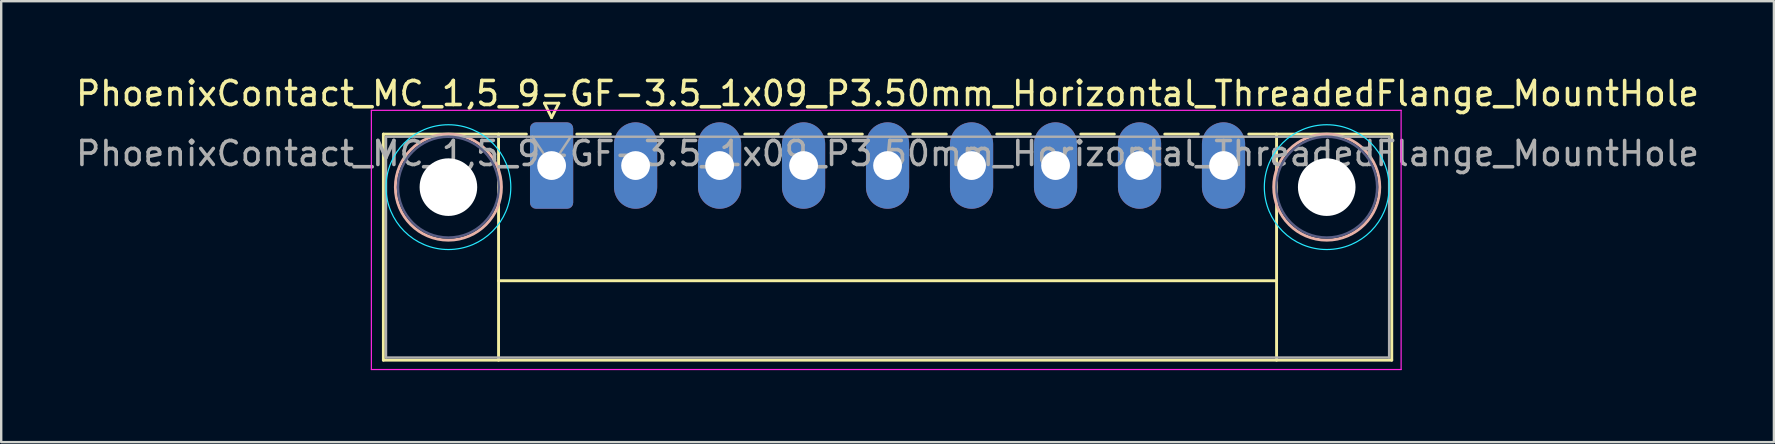
<source format=kicad_pcb>
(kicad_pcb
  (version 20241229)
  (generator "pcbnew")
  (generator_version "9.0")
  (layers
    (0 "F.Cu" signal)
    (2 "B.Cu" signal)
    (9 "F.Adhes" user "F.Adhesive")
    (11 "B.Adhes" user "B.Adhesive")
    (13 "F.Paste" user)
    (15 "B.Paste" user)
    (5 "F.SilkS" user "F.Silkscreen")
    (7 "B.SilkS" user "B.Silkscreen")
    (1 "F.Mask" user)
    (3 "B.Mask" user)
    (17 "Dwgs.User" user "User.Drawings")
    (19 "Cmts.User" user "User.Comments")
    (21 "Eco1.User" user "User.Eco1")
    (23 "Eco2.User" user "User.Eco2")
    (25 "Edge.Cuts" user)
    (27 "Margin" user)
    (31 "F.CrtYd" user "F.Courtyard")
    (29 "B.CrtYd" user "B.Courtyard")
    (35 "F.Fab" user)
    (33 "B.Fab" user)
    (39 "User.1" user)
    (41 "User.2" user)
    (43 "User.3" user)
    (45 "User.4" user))
  (footprint "PhoenixContact_MC_1,5_9-GF-3.5_1x09_P3.50mm_Horizontal_ThreadedFlange_MountHole"
    (layer "F.Cu")
    (at 19.935 3.848)
    (property "Reference" "PhoenixContact_MC_1,5_9-GF-3.5_1x09_P3.50mm_Horizontal_ThreadedFlange_MountHole" (at 14 -3 0) (layer "F.SilkS") (effects (font (size 1 1) (thickness 0.15))))
    (attr through_hole)
    (fp_line (start -7.01 -1.31) (end -7.01 8.11) (stroke (width 0.12) (type solid)) (layer "F.SilkS"))
    (fp_line (start -7.01 -1.31) (end -1.05 -1.31) (stroke (width 0.12) (type solid)) (layer "F.SilkS"))
    (fp_line (start -7.01 8.11) (end 35.01 8.11) (stroke (width 0.12) (type solid)) (layer "F.SilkS"))
    (fp_line (start -2.21 -1.31) (end -2.21 8.11) (stroke (width 0.12) (type solid)) (layer "F.SilkS"))
    (fp_line (start -2.21 4.8) (end 30.21 4.8) (stroke (width 0.12) (type solid)) (layer "F.SilkS"))
    (fp_line (start -0.3 -2.6) (end 0.3 -2.6) (stroke (width 0.12) (type solid)) (layer "F.SilkS"))
    (fp_line (start 0 -2) (end -0.3 -2.6) (stroke (width 0.12) (type solid)) (layer "F.SilkS"))
    (fp_line (start 0.3 -2.6) (end 0 -2) (stroke (width 0.12) (type solid)) (layer "F.SilkS"))
    (fp_line (start 1.05 -1.31) (end 2.45 -1.31) (stroke (width 0.12) (type solid)) (layer "F.SilkS"))
    (fp_line (start 4.55 -1.31) (end 5.95 -1.31) (stroke (width 0.12) (type solid)) (layer "F.SilkS"))
    (fp_line (start 8.05 -1.31) (end 9.45 -1.31) (stroke (width 0.12) (type solid)) (layer "F.SilkS"))
    (fp_line (start 11.55 -1.31) (end 12.95 -1.31) (stroke (width 0.12) (type solid)) (layer "F.SilkS"))
    (fp_line (start 15.05 -1.31) (end 16.45 -1.31) (stroke (width 0.12) (type solid)) (layer "F.SilkS"))
    (fp_line (start 18.55 -1.31) (end 19.95 -1.31) (stroke (width 0.12) (type solid)) (layer "F.SilkS"))
    (fp_line (start 22.05 -1.31) (end 23.45 -1.31) (stroke (width 0.12) (type solid)) (layer "F.SilkS"))
    (fp_line (start 25.55 -1.31) (end 26.95 -1.31) (stroke (width 0.12) (type solid)) (layer "F.SilkS"))
    (fp_line (start 30.21 -1.31) (end 30.21 8.11) (stroke (width 0.12) (type solid)) (layer "F.SilkS"))
    (fp_line (start 35.01 -1.31) (end 29.05 -1.31) (stroke (width 0.12) (type solid)) (layer "F.SilkS"))
    (fp_line (start 35.01 8.11) (end 35.01 -1.31) (stroke (width 0.12) (type solid)) (layer "F.SilkS"))
    (fp_circle (center -4.3 0.9) (end -2.09 0.9) (stroke (width 0.12) (type solid)) (fill no) (layer "B.SilkS"))
    (fp_circle (center 32.3 0.9) (end 34.51 0.9) (stroke (width 0.12) (type solid)) (fill no) (layer "B.SilkS"))
    (fp_circle (center -4.3 0.9) (end -1.7 0.9) (stroke (width 0.05) (type solid)) (fill no) (layer "B.CrtYd"))
    (fp_circle (center 32.3 0.9) (end 34.9 0.9) (stroke (width 0.05) (type solid)) (fill no) (layer "B.CrtYd"))
    (fp_line (start -7.51 -2.3) (end -7.51 8.5) (stroke (width 0.05) (type solid)) (layer "F.CrtYd"))
    (fp_line (start -7.51 8.5) (end 35.4 8.5) (stroke (width 0.05) (type solid)) (layer "F.CrtYd"))
    (fp_line (start 35.4 -2.3) (end -7.51 -2.3) (stroke (width 0.05) (type solid)) (layer "F.CrtYd"))
    (fp_line (start 35.4 8.5) (end 35.4 -2.3) (stroke (width 0.05) (type solid)) (layer "F.CrtYd"))
    (fp_circle (center -4.3 0.9) (end -2.2 0.9) (stroke (width 0.1) (type solid)) (fill no) (layer "B.Fab"))
    (fp_circle (center 32.3 0.9) (end 34.4 0.9) (stroke (width 0.1) (type solid)) (fill no) (layer "B.Fab"))
    (fp_line (start -6.9 -1.2) (end -6.9 8) (stroke (width 0.1) (type solid)) (layer "F.Fab"))
    (fp_line (start -6.9 8) (end 34.9 8) (stroke (width 0.1) (type solid)) (layer "F.Fab"))
    (fp_line (start 0 0) (end -0.8 -1.2) (stroke (width 0.1) (type solid)) (layer "F.Fab"))
    (fp_line (start 0.8 -1.2) (end 0 0) (stroke (width 0.1) (type solid)) (layer "F.Fab"))
    (fp_line (start 34.9 -1.2) (end -6.9 -1.2) (stroke (width 0.1) (type solid)) (layer "F.Fab"))
    (fp_line (start 34.9 8) (end 34.9 -1.2) (stroke (width 0.1) (type solid)) (layer "F.Fab"))
    (fp_text user "${REFERENCE}" (at 14 -0.5 0) (layer "F.Fab") (effects (font (size 1 1) (thickness 0.15))))
    (pad "" np_thru_hole circle (at -4.3 0.9) (size 2.4 2.4) (drill 2.4) (layers "*.Cu" "*.Mask"))
    (pad "" np_thru_hole circle (at 32.3 0.9) (size 2.4 2.4) (drill 2.4) (layers "*.Cu" "*.Mask"))
    (pad "1" thru_hole roundrect (at 0 0) (size 1.8 3.6) (drill 1.2) (layers "*.Cu" "*.Mask") (roundrect_rratio 0.139))
    (pad "2" thru_hole oval (at 3.5 0) (size 1.8 3.6) (drill 1.2) (layers "*.Cu" "*.Mask"))
    (pad "3" thru_hole oval (at 7 0) (size 1.8 3.6) (drill 1.2) (layers "*.Cu" "*.Mask"))
    (pad "4" thru_hole oval (at 10.5 0) (size 1.8 3.6) (drill 1.2) (layers "*.Cu" "*.Mask"))
    (pad "5" thru_hole oval (at 14 0) (size 1.8 3.6) (drill 1.2) (layers "*.Cu" "*.Mask"))
    (pad "6" thru_hole oval (at 17.5 0) (size 1.8 3.6) (drill 1.2) (layers "*.Cu" "*.Mask"))
    (pad "7" thru_hole oval (at 21 0) (size 1.8 3.6) (drill 1.2) (layers "*.Cu" "*.Mask"))
    (pad "8" thru_hole oval (at 24.5 0) (size 1.8 3.6) (drill 1.2) (layers "*.Cu" "*.Mask"))
    (pad "9" thru_hole oval (at 28 0) (size 1.8 3.6) (drill 1.2) (layers "*.Cu" "*.Mask")))
  (gr_rect
    (start -3 -3)
    (end 70.869 15.373)
    (stroke (width 0.1) (type default))
    (fill no)
    (layer "Edge.Cuts")))
</source>
